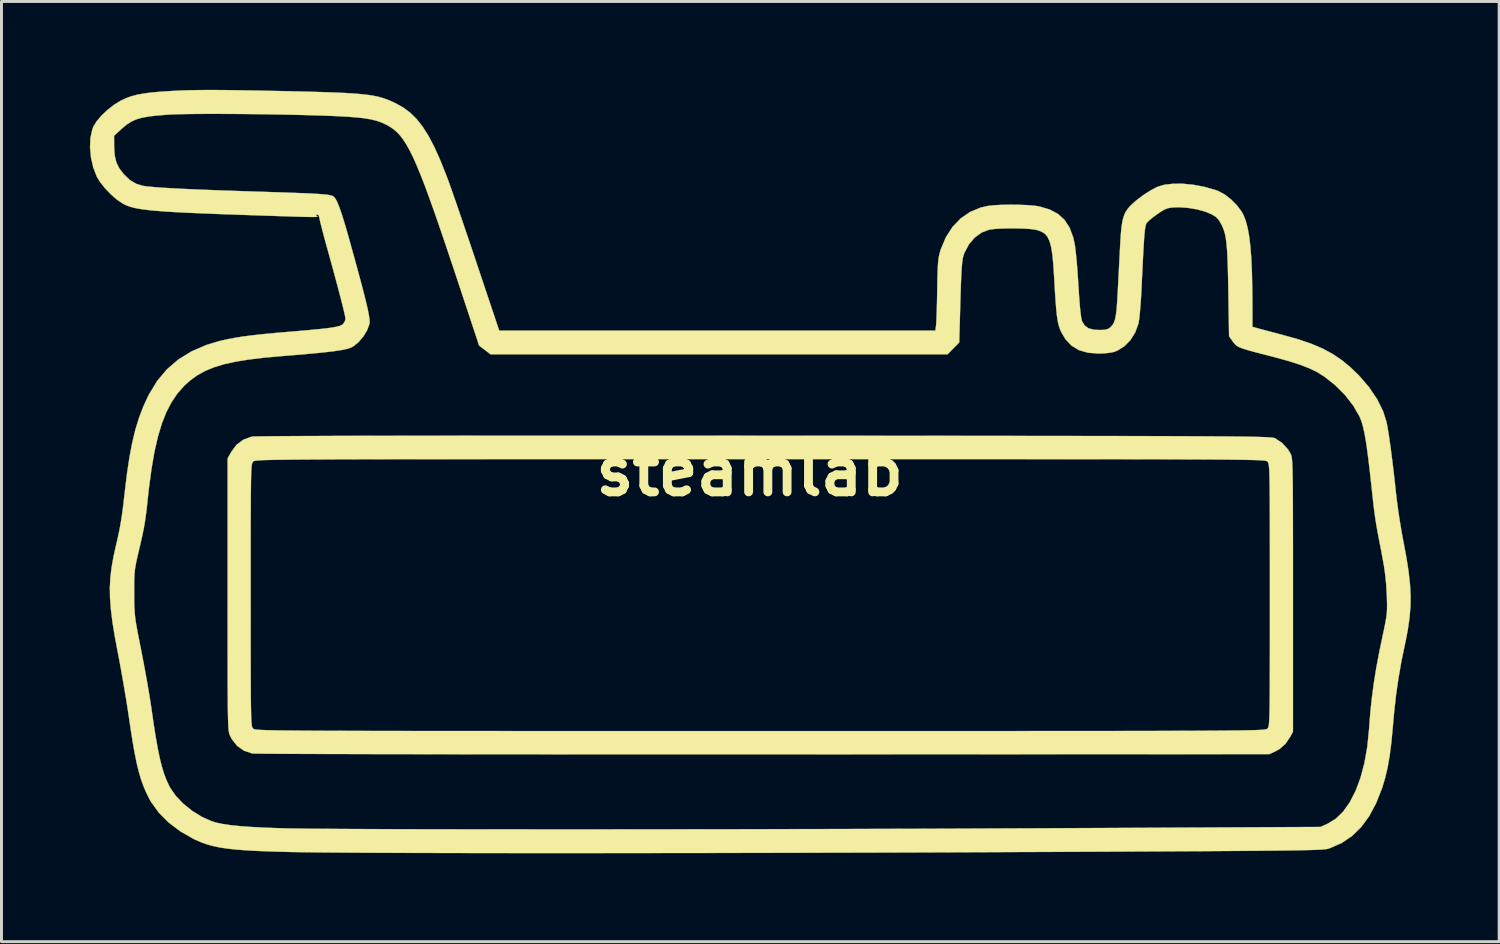
<source format=kicad_pcb>
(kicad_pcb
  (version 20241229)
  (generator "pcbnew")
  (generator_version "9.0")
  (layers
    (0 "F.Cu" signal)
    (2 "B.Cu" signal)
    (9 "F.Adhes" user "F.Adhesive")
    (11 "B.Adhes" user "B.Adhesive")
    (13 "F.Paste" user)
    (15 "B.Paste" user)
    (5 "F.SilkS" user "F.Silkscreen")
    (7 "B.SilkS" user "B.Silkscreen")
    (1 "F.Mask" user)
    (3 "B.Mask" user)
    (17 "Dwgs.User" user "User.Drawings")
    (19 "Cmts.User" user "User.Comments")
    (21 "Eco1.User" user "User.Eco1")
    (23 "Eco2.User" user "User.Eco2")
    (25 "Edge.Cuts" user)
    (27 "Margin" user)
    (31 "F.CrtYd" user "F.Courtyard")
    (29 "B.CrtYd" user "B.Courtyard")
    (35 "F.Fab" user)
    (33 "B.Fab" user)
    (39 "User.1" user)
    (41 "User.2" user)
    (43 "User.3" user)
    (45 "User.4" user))
  (footprint "steamlab"
    (layer "F.Cu")
    (at 22.39 12.953)
    (property "Reference" "steamlab" (at 0 0 0) (layer "F.SilkS") (effects (font (size 1.524 1.524) (thickness 0.3))))
    (attr through_hole)
    (fp_poly (pts (xy -3.557 -1.219) (xy -2.105 -1.219) (xy -0.584 -1.218) (xy 0.509 -1.217) (xy 1.944 -1.216) (xy 3.296 -1.216) (xy 4.569 -1.215) (xy 5.765 -1.214) (xy 6.885 -1.213) (xy 7.934 -1.212) (xy 8.912 -1.211) (xy 9.823 -1.21) (xy 10.669 -1.209) (xy 11.452 -1.208) (xy 12.175 -1.207) (xy 12.84 -1.206) (xy 13.45 -1.204) (xy 14.007 -1.203) (xy 14.514 -1.201) (xy 14.973 -1.199) (xy 15.387 -1.197) (xy 15.757 -1.195) (xy 16.087 -1.193) (xy 16.379 -1.191) (xy 16.635 -1.188) (xy 16.858 -1.185) (xy 17.05 -1.182) (xy 17.214 -1.178) (xy 17.352 -1.174) (xy 17.467 -1.17) (xy 17.56 -1.166) (xy 17.636 -1.161) (xy 17.695 -1.157) (xy 17.74 -1.151) (xy 17.775 -1.146) (xy 17.8 -1.14) (xy 17.82 -1.133) (xy 17.835 -1.127) (xy 17.839 -1.125) (xy 18.073 -0.967) (xy 18.267 -0.753) (xy 18.354 -0.61) (xy 18.367 -0.582) (xy 18.378 -0.549) (xy 18.389 -0.508) (xy 18.397 -0.452) (xy 18.405 -0.377) (xy 18.412 -0.278) (xy 18.417 -0.151) (xy 18.422 0.01) (xy 18.426 0.209) (xy 18.429 0.451) (xy 18.431 0.741) (xy 18.433 1.084) (xy 18.434 1.485) (xy 18.435 1.949) (xy 18.436 2.479) (xy 18.436 3.082) (xy 18.436 3.762) (xy 18.436 4.191) (xy 18.436 8.826) (xy 18.345 8.996) (xy 18.184 9.236) (xy 17.987 9.41) (xy 17.833 9.496) (xy 17.632 9.588) (xy 0.466 9.595) (xy -0.737 9.595) (xy -1.919 9.595) (xy -3.076 9.595) (xy -4.208 9.595) (xy -5.31 9.595) (xy -6.38 9.594) (xy -7.414 9.593) (xy -8.411 9.593) (xy -9.367 9.592) (xy -10.279 9.591) (xy -11.145 9.589) (xy -11.961 9.588) (xy -12.725 9.587) (xy -13.435 9.585) (xy -14.086 9.583) (xy -14.676 9.582) (xy -15.203 9.58) (xy -15.663 9.578) (xy -16.054 9.576) (xy -16.372 9.574) (xy -16.616 9.571) (xy -16.782 9.569) (xy -16.867 9.567) (xy -16.877 9.566) (xy -17.161 9.471) (xy -17.392 9.309) (xy -17.572 9.081) (xy -17.627 8.975) (xy -17.641 8.944) (xy -17.654 8.911) (xy -17.665 8.873) (xy -17.674 8.822) (xy -17.683 8.756) (xy -17.69 8.668) (xy -17.696 8.554) (xy -17.701 8.41) (xy -17.705 8.229) (xy -17.709 8.008) (xy -17.711 7.742) (xy -17.713 7.425) (xy -17.715 7.053) (xy -17.715 6.621) (xy -17.716 6.124) (xy -17.716 5.556) (xy -17.716 4.914) (xy -17.716 4.193) (xy -17.716 4.191) (xy -16.933 4.191) (xy -16.933 4.901) (xy -16.933 5.531) (xy -16.933 6.086) (xy -16.932 6.572) (xy -16.931 6.991) (xy -16.93 7.351) (xy -16.928 7.655) (xy -16.925 7.909) (xy -16.921 8.116) (xy -16.917 8.283) (xy -16.912 8.414) (xy -16.906 8.513) (xy -16.898 8.586) (xy -16.89 8.638) (xy -16.88 8.673) (xy -16.869 8.697) (xy -16.856 8.713) (xy -16.849 8.721) (xy -16.841 8.728) (xy -16.831 8.734) (xy -16.816 8.741) (xy -16.795 8.747) (xy -16.763 8.752) (xy -16.719 8.757) (xy -16.661 8.762) (xy -16.586 8.767) (xy -16.492 8.771) (xy -16.376 8.775) (xy -16.235 8.778) (xy -16.068 8.781) (xy -15.871 8.784) (xy -15.643 8.787) (xy -15.381 8.79) (xy -15.082 8.792) (xy -14.745 8.794) (xy -14.366 8.796) (xy -13.943 8.797) (xy -13.474 8.799) (xy -12.956 8.8) (xy -12.387 8.801) (xy -11.764 8.802) (xy -11.086 8.803) (xy -10.349 8.803) (xy -9.551 8.804) (xy -8.689 8.804) (xy -7.762 8.805) (xy -6.767 8.805) (xy -5.701 8.805) (xy -4.561 8.805) (xy -3.346 8.805) (xy -2.054 8.805) (xy -0.68 8.805) (xy 0.36 8.805) (xy 1.793 8.805) (xy 3.143 8.805) (xy 4.414 8.805) (xy 5.607 8.805) (xy 6.726 8.805) (xy 7.772 8.805) (xy 8.748 8.805) (xy 9.657 8.804) (xy 10.5 8.804) (xy 11.281 8.803) (xy 12.001 8.803) (xy 12.664 8.802) (xy 13.271 8.801) (xy 13.826 8.8) (xy 14.329 8.798) (xy 14.785 8.797) (xy 15.196 8.795) (xy 15.563 8.793) (xy 15.889 8.791) (xy 16.178 8.789) (xy 16.43 8.786) (xy 16.649 8.784) (xy 16.837 8.781) (xy 16.997 8.777) (xy 17.13 8.774) (xy 17.24 8.77) (xy 17.329 8.765) (xy 17.399 8.761) (xy 17.453 8.756) (xy 17.493 8.751) (xy 17.521 8.745) (xy 17.541 8.739) (xy 17.554 8.733) (xy 17.563 8.726) (xy 17.568 8.721) (xy 17.582 8.706) (xy 17.594 8.687) (xy 17.604 8.658) (xy 17.614 8.616) (xy 17.622 8.554) (xy 17.628 8.469) (xy 17.634 8.355) (xy 17.639 8.208) (xy 17.643 8.022) (xy 17.646 7.793) (xy 17.648 7.516) (xy 17.65 7.185) (xy 17.651 6.797) (xy 17.652 6.347) (xy 17.653 5.828) (xy 17.653 5.238) (xy 17.653 4.57) (xy 17.653 4.191) (xy 17.653 3.481) (xy 17.653 2.851) (xy 17.652 2.296) (xy 17.652 1.81) (xy 17.651 1.391) (xy 17.649 1.031) (xy 17.647 0.727) (xy 17.645 0.473) (xy 17.641 0.266) (xy 17.637 0.099) (xy 17.632 -0.032) (xy 17.625 -0.131) (xy 17.618 -0.204) (xy 17.609 -0.256) (xy 17.6 -0.291) (xy 17.588 -0.315) (xy 17.576 -0.331) (xy 17.568 -0.339) (xy 17.561 -0.346) (xy 17.551 -0.352) (xy 17.536 -0.359) (xy 17.514 -0.365) (xy 17.483 -0.37) (xy 17.439 -0.375) (xy 17.381 -0.38) (xy 17.306 -0.385) (xy 17.212 -0.389) (xy 17.095 -0.393) (xy 16.955 -0.396) (xy 16.787 -0.399) (xy 16.591 -0.402) (xy 16.363 -0.405) (xy 16.101 -0.408) (xy 15.802 -0.41) (xy 15.464 -0.412) (xy 15.085 -0.414) (xy 14.662 -0.415) (xy 14.193 -0.417) (xy 13.676 -0.418) (xy 13.107 -0.419) (xy 12.484 -0.42) (xy 11.805 -0.421) (xy 11.068 -0.421) (xy 10.27 -0.422) (xy 9.409 -0.422) (xy 8.482 -0.423) (xy 7.486 -0.423) (xy 6.42 -0.423) (xy 5.281 -0.423) (xy 4.066 -0.423) (xy 2.773 -0.423) (xy 1.4 -0.423) (xy 0.36 -0.423) (xy -1.073 -0.423) (xy -2.424 -0.423) (xy -3.694 -0.423) (xy -4.888 -0.423) (xy -6.006 -0.423) (xy -7.052 -0.423) (xy -8.028 -0.423) (xy -8.937 -0.422) (xy -9.78 -0.422) (xy -10.561 -0.421) (xy -11.282 -0.421) (xy -11.944 -0.42) (xy -12.552 -0.419) (xy -13.106 -0.418) (xy -13.61 -0.416) (xy -14.066 -0.415) (xy -14.476 -0.413) (xy -14.843 -0.411) (xy -15.17 -0.409) (xy -15.458 -0.407) (xy -15.71 -0.404) (xy -15.929 -0.402) (xy -16.117 -0.399) (xy -16.277 -0.395) (xy -16.41 -0.392) (xy -16.52 -0.388) (xy -16.609 -0.383) (xy -16.679 -0.379) (xy -16.733 -0.374) (xy -16.773 -0.369) (xy -16.802 -0.363) (xy -16.821 -0.357) (xy -16.834 -0.351) (xy -16.843 -0.344) (xy -16.849 -0.339) (xy -16.862 -0.324) (xy -16.874 -0.305) (xy -16.885 -0.276) (xy -16.894 -0.234) (xy -16.902 -0.172) (xy -16.909 -0.087) (xy -16.915 0.027) (xy -16.919 0.174) (xy -16.923 0.36) (xy -16.926 0.589) (xy -16.929 0.866) (xy -16.93 1.197) (xy -16.932 1.585) (xy -16.933 2.035) (xy -16.933 2.554) (xy -16.933 3.144) (xy -16.933 3.812) (xy -16.933 4.191) (xy -17.716 4.191) (xy -17.716 -0.445) (xy -17.591 -0.671) (xy -17.415 -0.907) (xy -17.187 -1.079) (xy -16.916 -1.18) (xy -16.881 -1.187) (xy -16.818 -1.191) (xy -16.671 -1.194) (xy -16.441 -1.197) (xy -16.128 -1.201) (xy -15.734 -1.203) (xy -15.26 -1.206) (xy -14.705 -1.208) (xy -14.072 -1.211) (xy -13.36 -1.213) (xy -12.57 -1.214) (xy -11.704 -1.216) (xy -10.762 -1.217) (xy -9.744 -1.218) (xy -8.652 -1.219) (xy -7.487 -1.219) (xy -6.249 -1.219) (xy -4.939 -1.219) (xy -3.557 -1.219)) (stroke (width 0.01) (type solid)) (fill yes) (layer "F.SilkS"))
    (fp_poly (pts (xy -18.109 -12.948) (xy -17.716 -12.945) (xy -17.264 -12.939) (xy -16.747 -12.93) (xy -16.154 -12.918) (xy -16.15 -12.918) (xy -15.525 -12.905) (xy -14.978 -12.892) (xy -14.502 -12.878) (xy -14.09 -12.864) (xy -13.737 -12.848) (xy -13.434 -12.83) (xy -13.177 -12.808) (xy -12.956 -12.783) (xy -12.767 -12.754) (xy -12.603 -12.72) (xy -12.456 -12.679) (xy -12.32 -12.633) (xy -12.188 -12.579) (xy -12.054 -12.517) (xy -11.998 -12.49) (xy -11.746 -12.347) (xy -11.516 -12.175) (xy -11.302 -11.964) (xy -11.1 -11.709) (xy -10.905 -11.402) (xy -10.711 -11.035) (xy -10.515 -10.603) (xy -10.312 -10.097) (xy -10.224 -9.864) (xy -10.163 -9.695) (xy -10.079 -9.457) (xy -9.975 -9.159) (xy -9.856 -8.812) (xy -9.724 -8.426) (xy -9.583 -8.013) (xy -9.437 -7.581) (xy -9.289 -7.141) (xy -9.241 -6.996) (xy -8.5 -4.784) (xy 6.302 -4.784) (xy 6.325 -4.964) (xy 6.332 -5.056) (xy 6.34 -5.219) (xy 6.347 -5.438) (xy 6.355 -5.699) (xy 6.361 -5.988) (xy 6.365 -6.181) (xy 6.37 -6.508) (xy 6.377 -6.765) (xy 6.385 -6.963) (xy 6.396 -7.118) (xy 6.411 -7.241) (xy 6.431 -7.348) (xy 6.458 -7.45) (xy 6.491 -7.556) (xy 6.66 -7.957) (xy 6.884 -8.303) (xy 7.158 -8.589) (xy 7.478 -8.809) (xy 7.836 -8.959) (xy 8.086 -9.016) (xy 8.293 -9.038) (xy 8.553 -9.052) (xy 8.842 -9.057) (xy 9.138 -9.054) (xy 9.418 -9.043) (xy 9.658 -9.024) (xy 9.827 -8.998) (xy 10.176 -8.895) (xy 10.46 -8.745) (xy 10.684 -8.542) (xy 10.855 -8.279) (xy 10.977 -7.951) (xy 11.028 -7.731) (xy 11.048 -7.595) (xy 11.071 -7.39) (xy 11.096 -7.134) (xy 11.12 -6.842) (xy 11.142 -6.531) (xy 11.155 -6.324) (xy 11.18 -5.925) (xy 11.206 -5.599) (xy 11.232 -5.351) (xy 11.257 -5.182) (xy 11.278 -5.104) (xy 11.368 -4.956) (xy 11.498 -4.862) (xy 11.682 -4.814) (xy 11.859 -4.805) (xy 12.022 -4.809) (xy 12.128 -4.828) (xy 12.206 -4.868) (xy 12.252 -4.908) (xy 12.312 -4.973) (xy 12.359 -5.052) (xy 12.396 -5.156) (xy 12.425 -5.297) (xy 12.449 -5.485) (xy 12.469 -5.734) (xy 12.487 -6.053) (xy 12.491 -6.117) (xy 12.508 -6.445) (xy 12.527 -6.814) (xy 12.546 -7.189) (xy 12.564 -7.533) (xy 12.572 -7.684) (xy 12.592 -8.023) (xy 12.617 -8.292) (xy 12.65 -8.502) (xy 12.694 -8.668) (xy 12.752 -8.803) (xy 12.83 -8.919) (xy 12.928 -9.031) (xy 13.12 -9.204) (xy 13.357 -9.382) (xy 13.608 -9.543) (xy 13.836 -9.663) (xy 14.074 -9.734) (xy 14.371 -9.768) (xy 14.708 -9.767) (xy 15.069 -9.731) (xy 15.436 -9.661) (xy 15.792 -9.56) (xy 15.896 -9.523) (xy 16.11 -9.41) (xy 16.33 -9.241) (xy 16.532 -9.038) (xy 16.694 -8.822) (xy 16.756 -8.708) (xy 16.833 -8.511) (xy 16.897 -8.271) (xy 16.95 -7.982) (xy 16.991 -7.639) (xy 17.022 -7.235) (xy 17.043 -6.764) (xy 17.055 -6.22) (xy 17.059 -5.748) (xy 17.06 -4.913) (xy 17.283 -4.851) (xy 17.408 -4.817) (xy 17.592 -4.768) (xy 17.811 -4.71) (xy 18.043 -4.649) (xy 18.082 -4.639) (xy 18.6 -4.494) (xy 19.048 -4.342) (xy 19.439 -4.177) (xy 19.786 -3.99) (xy 20.104 -3.774) (xy 20.406 -3.523) (xy 20.683 -3.253) (xy 21.022 -2.858) (xy 21.295 -2.452) (xy 21.496 -2.043) (xy 21.609 -1.687) (xy 21.646 -1.502) (xy 21.688 -1.242) (xy 21.735 -0.918) (xy 21.785 -0.538) (xy 21.838 -0.112) (xy 21.891 0.35) (xy 21.93 0.715) (xy 21.969 1.042) (xy 22.021 1.416) (xy 22.082 1.804) (xy 22.145 2.17) (xy 22.184 2.376) (xy 22.285 2.915) (xy 22.359 3.389) (xy 22.407 3.815) (xy 22.428 4.209) (xy 22.423 4.588) (xy 22.391 4.967) (xy 22.334 5.362) (xy 22.252 5.789) (xy 22.231 5.884) (xy 22.112 6.462) (xy 22.015 7.016) (xy 21.935 7.574) (xy 21.869 8.167) (xy 21.824 8.671) (xy 21.774 9.199) (xy 21.715 9.657) (xy 21.644 10.058) (xy 21.558 10.418) (xy 21.465 10.725) (xy 21.261 11.246) (xy 21.024 11.691) (xy 20.751 12.063) (xy 20.441 12.366) (xy 20.09 12.603) (xy 19.694 12.776) (xy 19.622 12.8) (xy 19.592 12.807) (xy 19.549 12.814) (xy 19.488 12.82) (xy 19.408 12.826) (xy 19.304 12.832) (xy 19.174 12.837) (xy 19.015 12.842) (xy 18.823 12.846) (xy 18.596 12.851) (xy 18.33 12.855) (xy 18.022 12.859) (xy 17.67 12.863) (xy 17.269 12.867) (xy 16.817 12.87) (xy 16.311 12.874) (xy 15.747 12.878) (xy 15.123 12.882) (xy 14.436 12.885) (xy 13.682 12.889) (xy 12.858 12.893) (xy 11.961 12.898) (xy 10.989 12.902) (xy 9.937 12.907) (xy 9.038 12.91) (xy 7.692 12.916) (xy 6.351 12.921) (xy 5.018 12.926) (xy 3.697 12.93) (xy 2.391 12.933) (xy 1.103 12.937) (xy -0.163 12.939) (xy -1.404 12.942) (xy -2.618 12.943) (xy -3.8 12.945) (xy -4.947 12.946) (xy -6.056 12.946) (xy -7.124 12.946) (xy -8.148 12.946) (xy -9.123 12.945) (xy -10.048 12.943) (xy -10.918 12.941) (xy -11.73 12.939) (xy -12.481 12.936) (xy -13.169 12.933) (xy -13.788 12.929) (xy -14.337 12.925) (xy -14.811 12.92) (xy -15.208 12.915) (xy -15.525 12.91) (xy -15.579 12.909) (xy -16.141 12.894) (xy -16.628 12.876) (xy -17.047 12.854) (xy -17.408 12.828) (xy -17.718 12.794) (xy -17.986 12.754) (xy -18.221 12.704) (xy -18.432 12.645) (xy -18.626 12.575) (xy -18.814 12.493) (xy -18.86 12.471) (xy -19.318 12.21) (xy -19.718 11.908) (xy -20.052 11.572) (xy -20.314 11.209) (xy -20.377 11.096) (xy -20.482 10.883) (xy -20.574 10.667) (xy -20.656 10.439) (xy -20.73 10.187) (xy -20.8 9.901) (xy -20.867 9.57) (xy -20.936 9.183) (xy -21.007 8.731) (xy -21.06 8.369) (xy -21.112 8.024) (xy -21.177 7.623) (xy -21.25 7.193) (xy -21.326 6.76) (xy -21.401 6.352) (xy -21.444 6.132) (xy -21.546 5.584) (xy -21.624 5.103) (xy -21.677 4.676) (xy -21.706 4.29) (xy -21.712 3.931) (xy -21.694 3.587) (xy -21.652 3.243) (xy -21.588 2.887) (xy -21.525 2.601) (xy -21.451 2.282) (xy -21.392 2.003) (xy -21.343 1.742) (xy -21.301 1.474) (xy -21.262 1.176) (xy -21.221 0.825) (xy -21.207 0.702) (xy -21.131 0.073) (xy -21.048 -0.483) (xy -20.954 -0.976) (xy -20.848 -1.418) (xy -20.725 -1.819) (xy -20.584 -2.191) (xy -20.422 -2.545) (xy -20.383 -2.622) (xy -20.105 -3.078) (xy -19.773 -3.472) (xy -19.385 -3.806) (xy -18.938 -4.08) (xy -18.43 -4.299) (xy -18.003 -4.427) (xy -17.759 -4.484) (xy -17.497 -4.535) (xy -17.206 -4.582) (xy -16.872 -4.625) (xy -16.486 -4.667) (xy -16.035 -4.71) (xy -15.663 -4.741) (xy -15.22 -4.778) (xy -14.853 -4.811) (xy -14.556 -4.84) (xy -14.32 -4.867) (xy -14.138 -4.893) (xy -14.003 -4.919) (xy -13.906 -4.946) (xy -13.84 -4.976) (xy -13.798 -5.008) (xy -13.796 -5.01) (xy -13.736 -5.105) (xy -13.716 -5.183) (xy -13.728 -5.263) (xy -13.762 -5.419) (xy -13.817 -5.646) (xy -13.892 -5.939) (xy -13.985 -6.293) (xy -14.095 -6.702) (xy -14.221 -7.163) (xy -14.332 -7.563) (xy -14.409 -7.842) (xy -14.477 -8.097) (xy -14.534 -8.317) (xy -14.576 -8.488) (xy -14.6 -8.598) (xy -14.605 -8.631) (xy -14.633 -8.706) (xy -14.679 -8.72) (xy -14.728 -8.713) (xy -14.698 -8.684) (xy -14.69 -8.678) (xy -14.672 -8.666) (xy -14.664 -8.657) (xy -14.672 -8.649) (xy -14.702 -8.644) (xy -14.761 -8.641) (xy -14.855 -8.64) (xy -14.991 -8.642) (xy -15.174 -8.646) (xy -15.413 -8.652) (xy -15.713 -8.662) (xy -16.08 -8.674) (xy -16.521 -8.688) (xy -16.845 -8.699) (xy -17.526 -8.723) (xy -18.129 -8.744) (xy -18.659 -8.766) (xy -19.12 -8.786) (xy -19.52 -8.807) (xy -19.862 -8.828) (xy -20.154 -8.851) (xy -20.401 -8.875) (xy -20.608 -8.901) (xy -20.781 -8.929) (xy -20.925 -8.961) (xy -21.047 -8.996) (xy -21.151 -9.035) (xy -21.244 -9.079) (xy -21.26 -9.087) (xy -21.462 -9.221) (xy -21.676 -9.406) (xy -21.88 -9.619) (xy -22.051 -9.836) (xy -22.154 -10.007) (xy -22.276 -10.322) (xy -22.353 -10.662) (xy -22.385 -11.007) (xy -22.369 -11.335) (xy -22.355 -11.396) (xy -21.569 -11.396) (xy -21.567 -11.022) (xy -21.548 -10.729) (xy -21.491 -10.49) (xy -21.386 -10.28) (xy -21.231 -10.082) (xy -21.025 -9.888) (xy -20.812 -9.763) (xy -20.589 -9.697) (xy -20.437 -9.675) (xy -20.208 -9.654) (xy -19.901 -9.631) (xy -19.516 -9.609) (xy -19.05 -9.586) (xy -18.504 -9.563) (xy -17.875 -9.539) (xy -17.163 -9.515) (xy -16.828 -9.504) (xy -16.29 -9.487) (xy -15.831 -9.472) (xy -15.443 -9.458) (xy -15.121 -9.446) (xy -14.857 -9.434) (xy -14.646 -9.422) (xy -14.481 -9.41) (xy -14.355 -9.398) (xy -14.262 -9.384) (xy -14.196 -9.368) (xy -14.15 -9.351) (xy -14.117 -9.331) (xy -14.104 -9.32) (xy -14.051 -9.252) (xy -13.99 -9.133) (xy -13.92 -8.958) (xy -13.838 -8.721) (xy -13.744 -8.418) (xy -13.634 -8.041) (xy -13.546 -7.726) (xy -13.397 -7.186) (xy -13.27 -6.723) (xy -13.165 -6.328) (xy -13.079 -5.998) (xy -13.012 -5.725) (xy -12.961 -5.504) (xy -12.926 -5.33) (xy -12.906 -5.196) (xy -12.898 -5.097) (xy -12.901 -5.026) (xy -12.904 -5.009) (xy -12.981 -4.798) (xy -13.109 -4.586) (xy -13.269 -4.397) (xy -13.443 -4.255) (xy -13.531 -4.208) (xy -13.624 -4.175) (xy -13.749 -4.144) (xy -13.913 -4.114) (xy -14.122 -4.084) (xy -14.383 -4.053) (xy -14.704 -4.02) (xy -15.091 -3.984) (xy -15.551 -3.945) (xy -15.897 -3.917) (xy -16.49 -3.864) (xy -17.006 -3.801) (xy -17.454 -3.728) (xy -17.843 -3.642) (xy -18.18 -3.539) (xy -18.475 -3.417) (xy -18.735 -3.274) (xy -18.969 -3.108) (xy -19.185 -2.915) (xy -19.199 -2.9) (xy -19.422 -2.647) (xy -19.619 -2.355) (xy -19.794 -2.019) (xy -19.947 -1.632) (xy -20.081 -1.188) (xy -20.197 -0.682) (xy -20.297 -0.107) (xy -20.384 0.543) (xy -20.425 0.91) (xy -20.457 1.211) (xy -20.487 1.461) (xy -20.519 1.683) (xy -20.556 1.9) (xy -20.603 2.134) (xy -20.664 2.406) (xy -20.735 2.709) (xy -20.791 2.95) (xy -20.831 3.141) (xy -20.859 3.305) (xy -20.875 3.465) (xy -20.884 3.643) (xy -20.887 3.862) (xy -20.887 4.128) (xy -20.886 4.352) (xy -20.883 4.539) (xy -20.876 4.702) (xy -20.863 4.859) (xy -20.844 5.022) (xy -20.815 5.207) (xy -20.774 5.429) (xy -20.721 5.704) (xy -20.653 6.045) (xy -20.647 6.075) (xy -20.578 6.433) (xy -20.507 6.812) (xy -20.439 7.19) (xy -20.379 7.545) (xy -20.329 7.855) (xy -20.301 8.043) (xy -20.225 8.571) (xy -20.153 9.022) (xy -20.084 9.408) (xy -20.016 9.736) (xy -19.946 10.016) (xy -19.872 10.256) (xy -19.792 10.466) (xy -19.704 10.655) (xy -19.66 10.738) (xy -19.471 11.01) (xy -19.218 11.273) (xy -18.919 11.512) (xy -18.595 11.714) (xy -18.265 11.862) (xy -18.094 11.914) (xy -17.875 11.96) (xy -17.608 11.999) (xy -17.287 12.032) (xy -16.903 12.06) (xy -16.451 12.083) (xy -15.922 12.102) (xy -15.833 12.105) (xy -15.605 12.11) (xy -15.296 12.114) (xy -14.91 12.119) (xy -14.45 12.122) (xy -13.92 12.126) (xy -13.324 12.129) (xy -12.665 12.132) (xy -11.947 12.135) (xy -11.174 12.137) (xy -10.349 12.138) (xy -9.476 12.14) (xy -8.559 12.141) (xy -7.602 12.141) (xy -6.607 12.142) (xy -5.58 12.142) (xy -4.522 12.141) (xy -3.439 12.14) (xy -2.334 12.139) (xy -1.209 12.138) (xy -0.07 12.136) (xy 1.08 12.133) (xy 2.238 12.131) (xy 3.399 12.128) (xy 4.561 12.124) (xy 5.72 12.121) (xy 6.871 12.117) (xy 8.012 12.112) (xy 9.138 12.107) (xy 9.737 12.105) (xy 19.367 12.059) (xy 19.612 11.95) (xy 19.888 11.782) (xy 20.139 11.537) (xy 20.364 11.22) (xy 20.561 10.837) (xy 20.727 10.393) (xy 20.86 9.892) (xy 20.958 9.34) (xy 21.018 8.742) (xy 21.018 8.742) (xy 21.059 8.199) (xy 21.112 7.688) (xy 21.178 7.186) (xy 21.261 6.67) (xy 21.366 6.117) (xy 21.471 5.609) (xy 21.531 5.33) (xy 21.574 5.113) (xy 21.604 4.94) (xy 21.622 4.79) (xy 21.629 4.644) (xy 21.629 4.483) (xy 21.624 4.286) (xy 21.619 4.17) (xy 21.6 3.833) (xy 21.568 3.51) (xy 21.519 3.17) (xy 21.448 2.782) (xy 21.447 2.773) (xy 21.379 2.425) (xy 21.325 2.142) (xy 21.282 1.907) (xy 21.247 1.701) (xy 21.218 1.507) (xy 21.191 1.307) (xy 21.164 1.084) (xy 21.135 0.819) (xy 21.101 0.508) (xy 21.046 0.006) (xy 20.995 -0.42) (xy 20.948 -0.778) (xy 20.904 -1.075) (xy 20.859 -1.319) (xy 20.815 -1.519) (xy 20.768 -1.682) (xy 20.718 -1.816) (xy 20.698 -1.862) (xy 20.483 -2.236) (xy 20.201 -2.6) (xy 19.865 -2.936) (xy 19.493 -3.228) (xy 19.255 -3.377) (xy 19.001 -3.501) (xy 18.672 -3.628) (xy 18.263 -3.758) (xy 17.773 -3.893) (xy 17.695 -3.913) (xy 17.357 -4) (xy 17.092 -4.069) (xy 16.888 -4.126) (xy 16.735 -4.174) (xy 16.625 -4.216) (xy 16.545 -4.258) (xy 16.488 -4.302) (xy 16.441 -4.353) (xy 16.396 -4.413) (xy 16.268 -4.593) (xy 16.243 -6.096) (xy 16.235 -6.559) (xy 16.225 -6.947) (xy 16.213 -7.268) (xy 16.199 -7.531) (xy 16.18 -7.746) (xy 16.157 -7.922) (xy 16.128 -8.067) (xy 16.092 -8.19) (xy 16.049 -8.301) (xy 16.011 -8.382) (xy 15.92 -8.537) (xy 15.819 -8.643) (xy 15.684 -8.728) (xy 15.456 -8.823) (xy 15.175 -8.899) (xy 14.87 -8.95) (xy 14.573 -8.97) (xy 14.457 -8.968) (xy 14.3 -8.957) (xy 14.182 -8.935) (xy 14.075 -8.892) (xy 13.949 -8.816) (xy 13.843 -8.745) (xy 13.695 -8.637) (xy 13.569 -8.534) (xy 13.486 -8.453) (xy 13.473 -8.435) (xy 13.455 -8.402) (xy 13.439 -8.354) (xy 13.424 -8.285) (xy 13.41 -8.188) (xy 13.397 -8.056) (xy 13.383 -7.882) (xy 13.369 -7.657) (xy 13.353 -7.376) (xy 13.336 -7.031) (xy 13.315 -6.615) (xy 13.295 -6.181) (xy 13.279 -5.894) (xy 13.26 -5.62) (xy 13.239 -5.376) (xy 13.218 -5.179) (xy 13.197 -5.045) (xy 13.193 -5.026) (xy 13.085 -4.725) (xy 12.92 -4.461) (xy 12.71 -4.249) (xy 12.467 -4.1) (xy 12.349 -4.057) (xy 12.218 -4.032) (xy 12.039 -4.014) (xy 11.848 -4.006) (xy 11.832 -4.006) (xy 11.472 -4.035) (xy 11.17 -4.124) (xy 10.92 -4.275) (xy 10.716 -4.492) (xy 10.583 -4.715) (xy 10.539 -4.81) (xy 10.503 -4.908) (xy 10.472 -5.02) (xy 10.446 -5.154) (xy 10.422 -5.322) (xy 10.401 -5.532) (xy 10.38 -5.795) (xy 10.359 -6.12) (xy 10.336 -6.517) (xy 10.329 -6.634) (xy 10.303 -7.033) (xy 10.272 -7.356) (xy 10.232 -7.611) (xy 10.18 -7.808) (xy 10.112 -7.956) (xy 10.025 -8.063) (xy 9.915 -8.137) (xy 9.78 -8.188) (xy 9.697 -8.208) (xy 9.541 -8.23) (xy 9.325 -8.245) (xy 9.072 -8.252) (xy 8.805 -8.253) (xy 8.547 -8.247) (xy 8.322 -8.234) (xy 8.153 -8.214) (xy 8.128 -8.209) (xy 7.869 -8.111) (xy 7.635 -7.941) (xy 7.438 -7.709) (xy 7.289 -7.426) (xy 7.259 -7.345) (xy 7.238 -7.267) (xy 7.22 -7.164) (xy 7.204 -7.027) (xy 7.19 -6.847) (xy 7.178 -6.613) (xy 7.166 -6.318) (xy 7.154 -5.952) (xy 7.149 -5.758) (xy 7.11 -4.382) (xy 6.713 -3.979) (xy -8.793 -3.979) (xy -8.987 -4.128) (xy -9.181 -4.276) (xy -9.822 -6.212) (xy -10.075 -6.973) (xy -10.305 -7.657) (xy -10.513 -8.269) (xy -10.702 -8.814) (xy -10.874 -9.295) (xy -11.03 -9.718) (xy -11.174 -10.087) (xy -11.306 -10.406) (xy -11.428 -10.679) (xy -11.544 -10.911) (xy -11.654 -11.107) (xy -11.761 -11.271) (xy -11.866 -11.407) (xy -11.972 -11.52) (xy -12.081 -11.614) (xy -12.194 -11.693) (xy -12.313 -11.762) (xy -12.474 -11.839) (xy -12.646 -11.901) (xy -12.843 -11.95) (xy -13.076 -11.99) (xy -13.358 -12.021) (xy -13.703 -12.046) (xy -14.042 -12.063) (xy -14.415 -12.079) (xy -14.834 -12.092) (xy -15.291 -12.104) (xy -15.775 -12.115) (xy -16.274 -12.123) (xy -16.78 -12.13) (xy -17.281 -12.135) (xy -17.767 -12.138) (xy -18.228 -12.139) (xy -18.654 -12.138) (xy -19.033 -12.134) (xy -19.356 -12.128) (xy -19.612 -12.12) (xy -19.748 -12.112) (xy -20.108 -12.083) (xy -20.397 -12.049) (xy -20.63 -12.007) (xy -20.821 -11.95) (xy -20.985 -11.876) (xy -21.136 -11.779) (xy -21.288 -11.654) (xy -21.343 -11.605) (xy -21.569 -11.396) (xy -22.355 -11.396) (xy -22.304 -11.624) (xy -22.272 -11.705) (xy -22.165 -11.881) (xy -22.001 -12.075) (xy -21.799 -12.268) (xy -21.576 -12.443) (xy -21.354 -12.581) (xy -21.35 -12.583) (xy -21.176 -12.665) (xy -20.997 -12.733) (xy -20.8 -12.786) (xy -20.572 -12.829) (xy -20.3 -12.864) (xy -19.97 -12.893) (xy -19.57 -12.918) (xy -19.537 -12.92) (xy -19.293 -12.931) (xy -19.038 -12.94) (xy -18.761 -12.945) (xy -18.455 -12.948) (xy -18.109 -12.948)) (stroke (width 0.01) (type solid)) (fill yes) (layer "F.SilkS")))
  (gr_rect
    (start -3 -3)
    (end 47.823 28.904)
    (stroke (width 0.1) (type default))
    (fill no)
    (layer "Edge.Cuts")))
</source>
